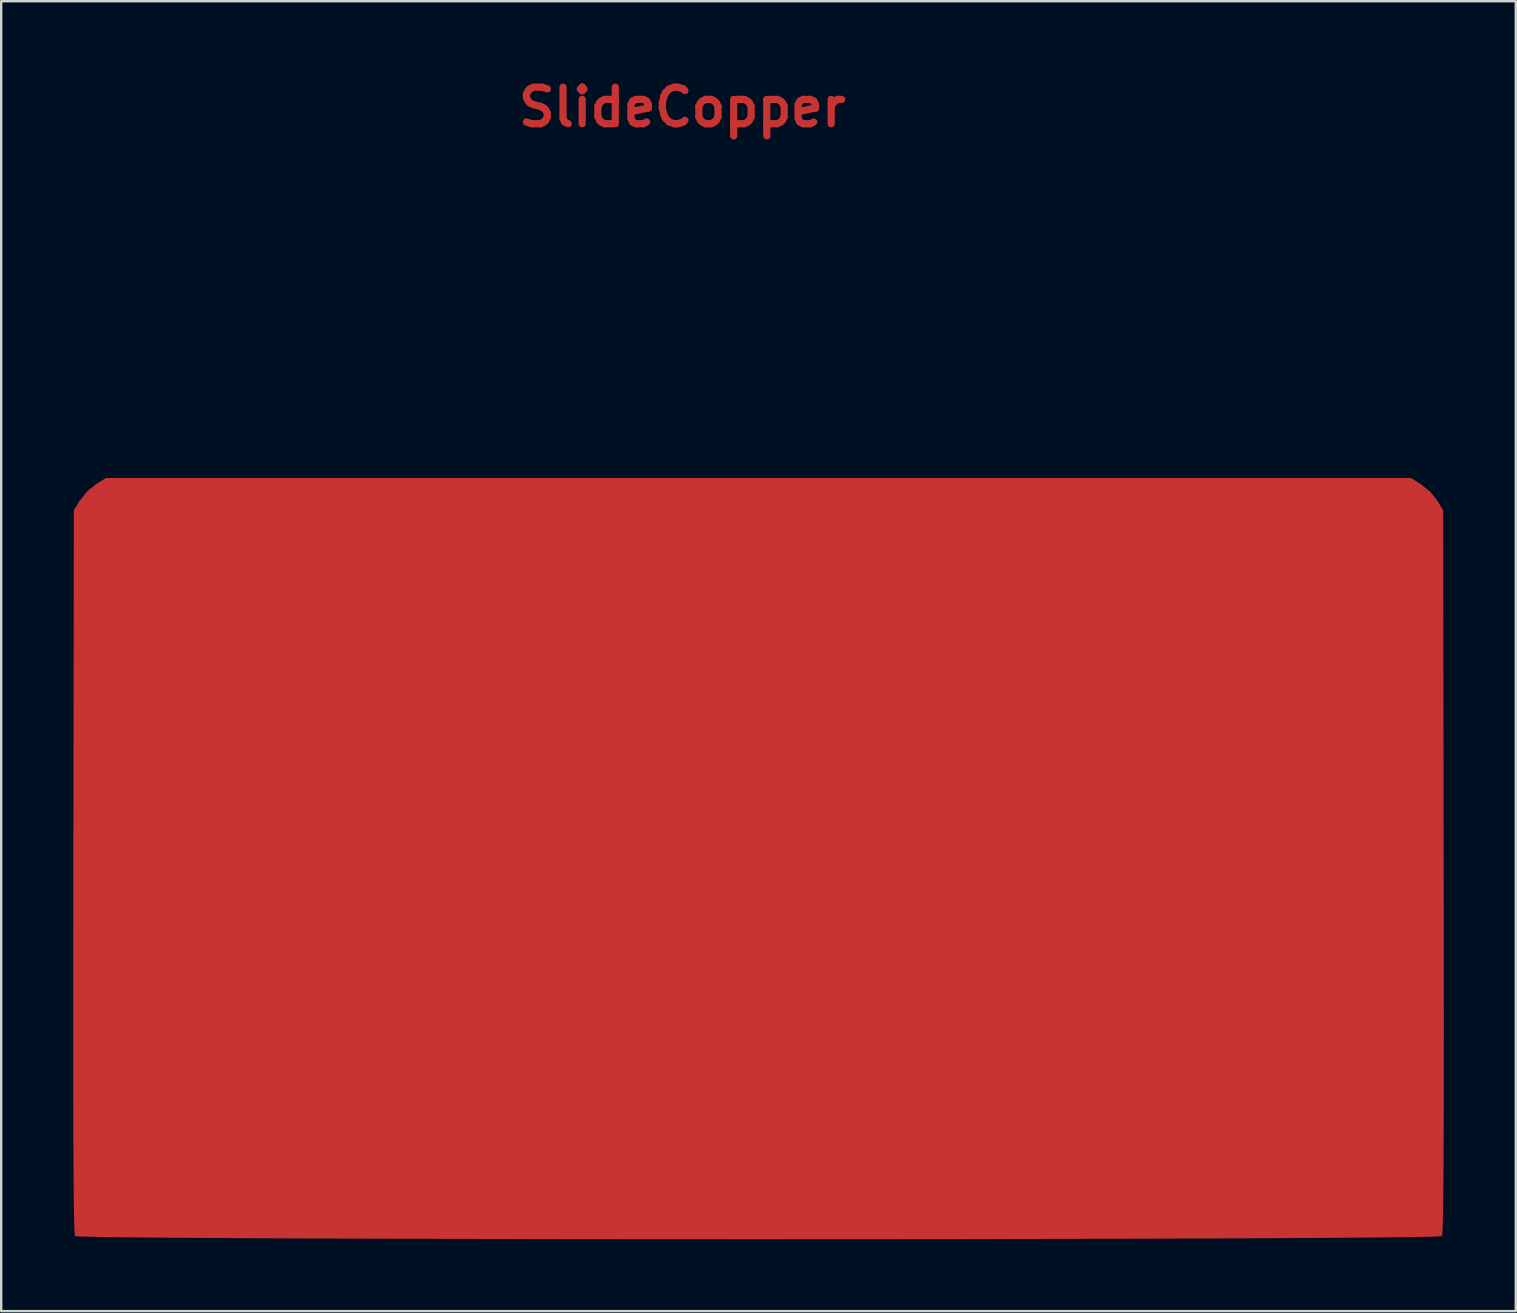
<source format=kicad_pcb>
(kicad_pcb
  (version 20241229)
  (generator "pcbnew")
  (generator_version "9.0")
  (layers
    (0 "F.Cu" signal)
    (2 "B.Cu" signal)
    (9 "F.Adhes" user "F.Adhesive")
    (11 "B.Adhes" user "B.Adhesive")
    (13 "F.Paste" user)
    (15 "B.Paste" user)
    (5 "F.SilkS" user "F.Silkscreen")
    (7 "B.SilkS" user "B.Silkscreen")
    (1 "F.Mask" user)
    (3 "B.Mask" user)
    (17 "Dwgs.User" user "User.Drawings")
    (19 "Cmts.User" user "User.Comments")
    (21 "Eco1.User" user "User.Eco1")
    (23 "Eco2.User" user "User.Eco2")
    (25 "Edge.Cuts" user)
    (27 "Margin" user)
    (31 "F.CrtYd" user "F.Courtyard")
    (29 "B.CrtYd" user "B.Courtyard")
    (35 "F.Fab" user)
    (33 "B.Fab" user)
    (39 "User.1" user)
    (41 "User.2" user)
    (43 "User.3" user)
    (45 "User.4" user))
  (footprint "SlideCopper"
    (layer "F.Cu")
    (at 25.385 1.418)
    (property "Reference" "SlideCopper" (at 0 0 0) (layer "F.Cu") (effects (font (size 1.524 1.524) (thickness 0.3))))
    (attr board_only exclude_from_pos_files exclude_from_bom)
    (fp_poly (pts (xy 30.781 15.708) (xy 31.181 16.036) (xy 31.451 16.379) (xy 31.708 16.793) (xy 31.73 31.86) (xy 31.733 33.87) (xy 31.734 35.715) (xy 31.735 37.401) (xy 31.735 38.933) (xy 31.734 40.314) (xy 31.733 41.551) (xy 31.73 42.649) (xy 31.726 43.611) (xy 31.721 44.443) (xy 31.715 45.15) (xy 31.708 45.738) (xy 31.7 46.21) (xy 31.691 46.571) (xy 31.68 46.828) (xy 31.669 46.983) (xy 31.656 47.043) (xy 31.563 47.055) (xy 31.308 47.066) (xy 30.899 47.076) (xy 30.344 47.086) (xy 29.649 47.095) (xy 28.823 47.104) (xy 27.872 47.112) (xy 26.806 47.12) (xy 25.631 47.127) (xy 24.354 47.134) (xy 22.984 47.14) (xy 21.528 47.146) (xy 19.993 47.151) (xy 18.387 47.155) (xy 16.718 47.16) (xy 14.993 47.163) (xy 13.22 47.166) (xy 11.406 47.169) (xy 9.558 47.171) (xy 7.686 47.172) (xy 5.795 47.173) (xy 3.894 47.174) (xy 1.99 47.174) (xy 0.091 47.173) (xy -1.796 47.172) (xy -3.663 47.17) (xy -5.503 47.168) (xy -7.307 47.165) (xy -9.07 47.162) (xy -10.782 47.159) (xy -12.436 47.154) (xy -14.025 47.15) (xy -15.541 47.144) (xy -16.977 47.139) (xy -18.325 47.132) (xy -19.578 47.125) (xy -20.727 47.118) (xy -21.766 47.11) (xy -22.686 47.102) (xy -23.481 47.093) (xy -24.143 47.083) (xy -24.663 47.074) (xy -25.035 47.063) (xy -25.251 47.052) (xy -25.306 47.043) (xy -25.319 46.981) (xy -25.33 46.823) (xy -25.341 46.565) (xy -25.35 46.201) (xy -25.358 45.727) (xy -25.365 45.137) (xy -25.371 44.427) (xy -25.376 43.592) (xy -25.38 42.627) (xy -25.383 41.527) (xy -25.385 40.288) (xy -25.385 38.903) (xy -25.385 37.368) (xy -25.384 35.679) (xy -25.383 33.831) (xy -25.38 31.86) (xy -25.358 16.793) (xy -25.101 16.379) (xy -24.774 15.978) (xy -24.431 15.708) (xy -24.016 15.452) (xy 30.366 15.452)) (stroke (width 0) (type solid)) (fill yes) (layer "F.Cu")))
  (gr_rect
    (start -3 -3)
    (end 60.121 51.592)
    (stroke (width 0.1) (type default))
    (fill no)
    (layer "Edge.Cuts")))
</source>
